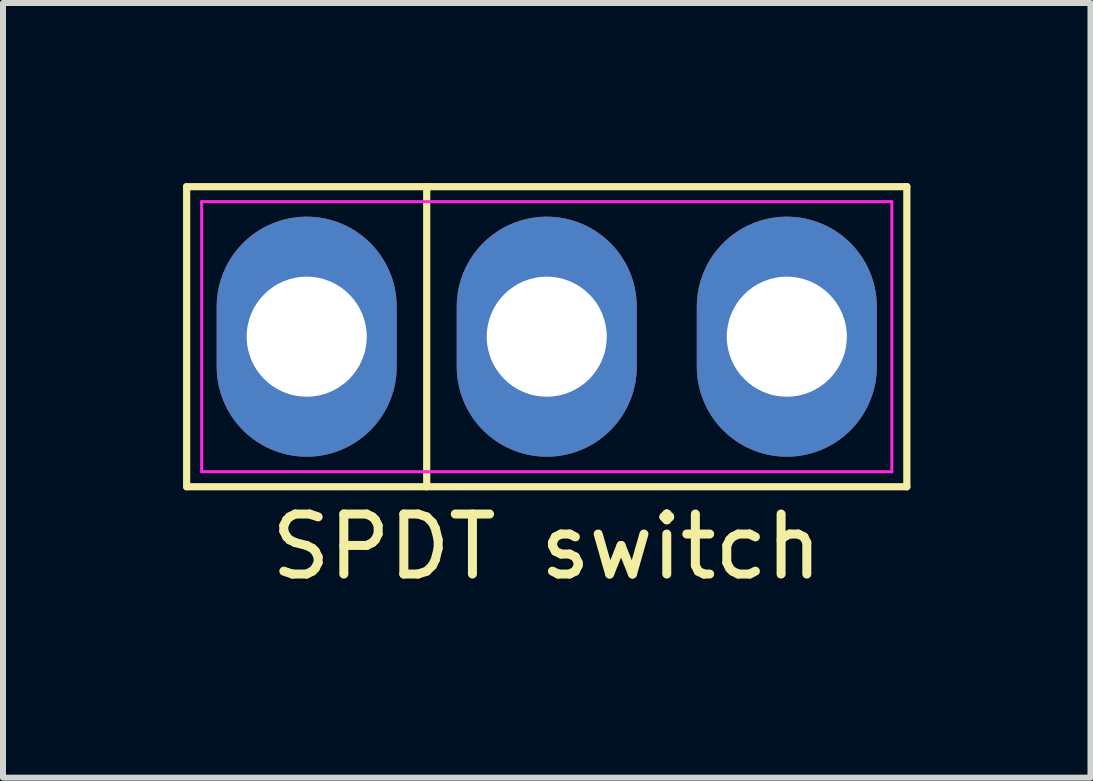
<source format=kicad_pcb>
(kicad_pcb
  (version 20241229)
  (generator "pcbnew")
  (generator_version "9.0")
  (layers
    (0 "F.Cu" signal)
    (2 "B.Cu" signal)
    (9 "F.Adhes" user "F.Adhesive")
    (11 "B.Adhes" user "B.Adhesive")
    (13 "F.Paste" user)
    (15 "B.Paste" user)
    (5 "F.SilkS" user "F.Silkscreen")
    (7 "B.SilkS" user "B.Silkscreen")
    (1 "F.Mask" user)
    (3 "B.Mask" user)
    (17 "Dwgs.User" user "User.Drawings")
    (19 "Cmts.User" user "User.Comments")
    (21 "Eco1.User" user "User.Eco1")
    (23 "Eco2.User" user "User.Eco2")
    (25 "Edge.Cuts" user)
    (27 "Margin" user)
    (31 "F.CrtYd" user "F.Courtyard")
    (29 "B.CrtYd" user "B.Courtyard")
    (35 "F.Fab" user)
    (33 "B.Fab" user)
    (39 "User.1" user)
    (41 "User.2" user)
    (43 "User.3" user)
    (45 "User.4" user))
  (footprint "SPDT switch"
    (layer "F.Cu")
    (at 6.06 2.56)
    (property "Reference" "SPDT switch" (at 0 3.5 0) (layer "F.SilkS") (effects (font (size 1 1) (thickness 0.15))))
    (fp_line (start -6 -2.5) (end 6 -2.5) (stroke (width 0.12) (type solid)) (layer "F.SilkS"))
    (fp_line (start -6 2.5) (end -6 -2.5) (stroke (width 0.12) (type solid)) (layer "F.SilkS"))
    (fp_line (start -2 -2.5) (end -2 2.5) (stroke (width 0.12) (type solid)) (layer "F.SilkS"))
    (fp_line (start 6 -2.5) (end 6 2.5) (stroke (width 0.12) (type solid)) (layer "F.SilkS"))
    (fp_line (start 6 2.5) (end -6 2.5) (stroke (width 0.12) (type solid)) (layer "F.SilkS"))
    (fp_line (start -5.75 -2.25) (end 5.75 -2.25) (stroke (width 0.05) (type solid)) (layer "F.CrtYd"))
    (fp_line (start -5.75 2.25) (end -5.75 -2.25) (stroke (width 0.05) (type solid)) (layer "F.CrtYd"))
    (fp_line (start 5.75 -2.25) (end 5.75 2.25) (stroke (width 0.05) (type solid)) (layer "F.CrtYd"))
    (fp_line (start 5.75 2.25) (end -5.75 2.25) (stroke (width 0.05) (type solid)) (layer "F.CrtYd"))
    (pad "1" thru_hole oval (at -4 0) (size 3 4) (drill 2) (layers "*.Cu" "*.Mask"))
    (pad "2" thru_hole oval (at 0 0) (size 3 4) (drill 2) (layers "*.Cu" "*.Mask"))
    (pad "3" thru_hole oval (at 4 0) (size 3 4) (drill 2) (layers "*.Cu" "*.Mask")))
  (gr_rect
    (start -3 -3)
    (end 15.12 9.908)
    (stroke (width 0.1) (type default))
    (fill no)
    (layer "Edge.Cuts")))
</source>
